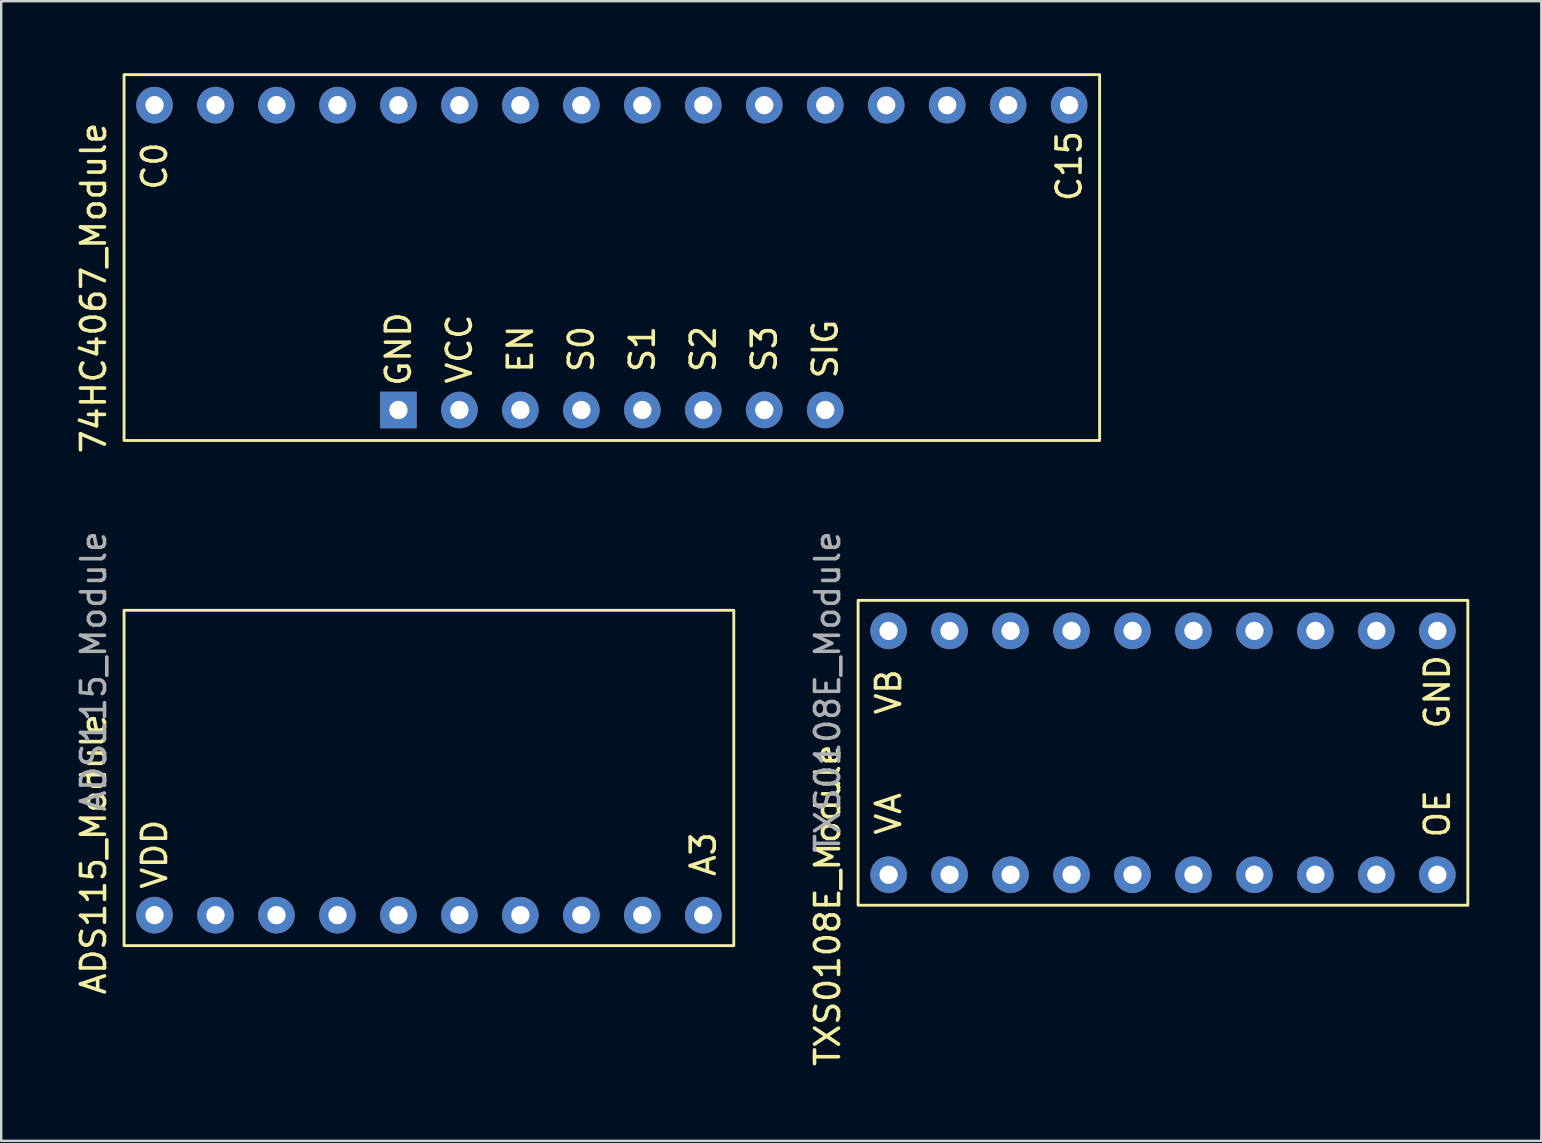
<source format=kicad_pcb>
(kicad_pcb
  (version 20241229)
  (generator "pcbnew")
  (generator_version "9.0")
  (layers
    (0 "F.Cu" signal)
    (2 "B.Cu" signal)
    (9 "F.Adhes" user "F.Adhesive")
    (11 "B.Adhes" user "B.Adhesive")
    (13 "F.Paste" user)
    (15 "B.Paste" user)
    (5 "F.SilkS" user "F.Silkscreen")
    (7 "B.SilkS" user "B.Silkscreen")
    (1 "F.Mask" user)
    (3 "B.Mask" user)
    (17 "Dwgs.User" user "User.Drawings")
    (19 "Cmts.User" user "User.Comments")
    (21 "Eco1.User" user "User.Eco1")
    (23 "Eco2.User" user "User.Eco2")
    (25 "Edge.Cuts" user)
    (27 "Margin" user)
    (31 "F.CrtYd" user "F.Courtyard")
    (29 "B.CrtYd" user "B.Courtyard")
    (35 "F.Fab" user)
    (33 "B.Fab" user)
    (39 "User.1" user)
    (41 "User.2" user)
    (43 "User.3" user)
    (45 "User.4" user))
  (footprint "ADS115_Module"
    (layer "F.Cu")
    (at 16.088 29.994)
    (property "Reference" "ADS115_Module" (at -15.24 2.54 90) (unlocked yes) (layer "F.SilkS") (effects (font (size 1 1) (thickness 0.15))))
    (attr through_hole)
    (fp_rect (start -13.97 6.35) (end 11.43 -7.62) (stroke (width 0.12) (type solid)) (fill no) (layer "F.SilkS"))
    (fp_text user "A3" (at 10.16 2.54 90) (unlocked yes) (layer "F.SilkS") (effects (font (size 1 1) (thickness 0.15))))
    (fp_text user "VDD" (at -12.7 2.54 90) (unlocked yes) (layer "F.SilkS") (effects (font (size 1 1) (thickness 0.15))))
    (fp_text user "${REFERENCE}" (at -15.24 -5.08 90) (unlocked yes) (layer "F.Fab") (effects (font (size 1 1) (thickness 0.15))))
    (pad "1" thru_hole circle (at -12.7 5.08) (size 1.524 1.524) (drill 0.762) (layers "*.Cu" "*.Mask"))
    (pad "2" thru_hole circle (at -10.16 5.08) (size 1.524 1.524) (drill 0.762) (layers "*.Cu" "*.Mask"))
    (pad "3" thru_hole circle (at -7.62 5.08) (size 1.524 1.524) (drill 0.762) (layers "*.Cu" "*.Mask"))
    (pad "4" thru_hole circle (at -5.08 5.08) (size 1.524 1.524) (drill 0.762) (layers "*.Cu" "*.Mask"))
    (pad "5" thru_hole circle (at -2.54 5.08) (size 1.524 1.524) (drill 0.762) (layers "*.Cu" "*.Mask"))
    (pad "6" thru_hole circle (at 0 5.08) (size 1.524 1.524) (drill 0.762) (layers "*.Cu" "*.Mask"))
    (pad "7" thru_hole circle (at 2.54 5.08) (size 1.524 1.524) (drill 0.762) (layers "*.Cu" "*.Mask"))
    (pad "8" thru_hole circle (at 5.08 5.08) (size 1.524 1.524) (drill 0.762) (layers "*.Cu" "*.Mask"))
    (pad "9" thru_hole circle (at 7.62 5.08) (size 1.524 1.524) (drill 0.762) (layers "*.Cu" "*.Mask"))
    (pad "10" thru_hole circle (at 10.16 5.08) (size 1.524 1.524) (drill 0.762) (layers "*.Cu" "*.Mask")))
  (footprint "TXS0108E_Module"
    (layer "F.Cu")
    (at 45.397 28.311)
    (property "Reference" "TXS0108E_Module" (at -13.97 6.35 90) (unlocked yes) (layer "F.SilkS") (effects (font (size 1 1) (thickness 0.15))))
    (attr through_hole)
    (fp_rect (start -12.7 6.35) (end 12.7 -6.35) (stroke (width 0.12) (type solid)) (fill no) (layer "F.SilkS"))
    (fp_text user "GND" (at 11.43 -2.54 90) (unlocked yes) (layer "F.SilkS") (effects (font (size 1 1) (thickness 0.15))))
    (fp_text user "VB" (at -11.43 -2.54 90) (unlocked yes) (layer "F.SilkS") (effects (font (size 1 1) (thickness 0.15))))
    (fp_text user "OE" (at 11.43 2.54 90) (unlocked yes) (layer "F.SilkS") (effects (font (size 1 1) (thickness 0.15))))
    (fp_text user "VA" (at -11.43 2.54 90) (unlocked yes) (layer "F.SilkS") (effects (font (size 1 1) (thickness 0.15))))
    (fp_text user "${REFERENCE}" (at -13.97 -2.54 90) (unlocked yes) (layer "F.Fab") (effects (font (size 1 1) (thickness 0.15))))
    (pad "1" thru_hole circle (at -11.43 5.08) (size 1.524 1.524) (drill 0.762) (layers "*.Cu" "*.Mask"))
    (pad "2" thru_hole circle (at -8.89 5.08) (size 1.524 1.524) (drill 0.762) (layers "*.Cu" "*.Mask"))
    (pad "3" thru_hole circle (at -6.35 5.08) (size 1.524 1.524) (drill 0.762) (layers "*.Cu" "*.Mask"))
    (pad "4" thru_hole circle (at -3.81 5.08) (size 1.524 1.524) (drill 0.762) (layers "*.Cu" "*.Mask"))
    (pad "5" thru_hole circle (at -1.27 5.08) (size 1.524 1.524) (drill 0.762) (layers "*.Cu" "*.Mask"))
    (pad "6" thru_hole circle (at 1.27 5.08) (size 1.524 1.524) (drill 0.762) (layers "*.Cu" "*.Mask"))
    (pad "7" thru_hole circle (at 3.81 5.08) (size 1.524 1.524) (drill 0.762) (layers "*.Cu" "*.Mask"))
    (pad "8" thru_hole circle (at 6.35 5.08) (size 1.524 1.524) (drill 0.762) (layers "*.Cu" "*.Mask"))
    (pad "9" thru_hole circle (at 8.89 5.08) (size 1.524 1.524) (drill 0.762) (layers "*.Cu" "*.Mask"))
    (pad "10" thru_hole circle (at 11.43 5.08) (size 1.524 1.524) (drill 0.762) (layers "*.Cu" "*.Mask"))
    (pad "11" thru_hole circle (at 11.43 -5.08) (size 1.524 1.524) (drill 0.762) (layers "*.Cu" "*.Mask"))
    (pad "12" thru_hole circle (at 8.89 -5.08) (size 1.524 1.524) (drill 0.762) (layers "*.Cu" "*.Mask"))
    (pad "13" thru_hole circle (at 6.35 -5.08) (size 1.524 1.524) (drill 0.762) (layers "*.Cu" "*.Mask"))
    (pad "14" thru_hole circle (at 3.81 -5.08) (size 1.524 1.524) (drill 0.762) (layers "*.Cu" "*.Mask"))
    (pad "15" thru_hole circle (at 1.27 -5.08) (size 1.524 1.524) (drill 0.762) (layers "*.Cu" "*.Mask"))
    (pad "16" thru_hole circle (at -1.27 -5.08) (size 1.524 1.524) (drill 0.762) (layers "*.Cu" "*.Mask"))
    (pad "17" thru_hole circle (at -3.81 -5.08) (size 1.524 1.524) (drill 0.762) (layers "*.Cu" "*.Mask"))
    (pad "18" thru_hole circle (at -6.35 -5.08) (size 1.524 1.524) (drill 0.762) (layers "*.Cu" "*.Mask"))
    (pad "19" thru_hole circle (at -8.89 -5.08) (size 1.524 1.524) (drill 0.762) (layers "*.Cu" "*.Mask"))
    (pad "20" thru_hole circle (at -11.43 -5.08) (size 1.524 1.524) (drill 0.762) (layers "*.Cu" "*.Mask")))
  (footprint "74HC4067_Module"
    (layer "F.Cu")
    (at 23.708 8.95)
    (property "Reference" "74HC4067_Module" (at -22.86 0 90) (unlocked yes) (layer "F.SilkS") (effects (font (size 1 1) (thickness 0.15))))
    (attr through_hole)
    (fp_rect (start -21.59 -8.89) (end 19.05 6.35) (stroke (width 0.12) (type solid)) (fill no) (layer "F.SilkS"))
    (fp_text user "C15" (at 17.78 -5.08 90) (unlocked yes) (layer "F.SilkS") (effects (font (size 1 1) (thickness 0.15))))
    (fp_text user "S0" (at -2.54 2.54 90) (unlocked yes) (layer "F.SilkS") (effects (font (size 1 1) (thickness 0.15))))
    (fp_text user "C0" (at -20.32 -5.08 90) (unlocked yes) (layer "F.SilkS") (effects (font (size 1 1) (thickness 0.15))))
    (fp_text user "VCC" (at -7.62 2.54 90) (unlocked yes) (layer "F.SilkS") (effects (font (size 1 1) (thickness 0.15))))
    (fp_text user "SIG" (at 7.62 2.54 90) (unlocked yes) (layer "F.SilkS") (effects (font (size 1 1) (thickness 0.15))))
    (fp_text user "S3" (at 5.08 2.54 90) (unlocked yes) (layer "F.SilkS") (effects (font (size 1 1) (thickness 0.15))))
    (fp_text user "S2" (at 2.54 2.54 90) (unlocked yes) (layer "F.SilkS") (effects (font (size 1 1) (thickness 0.15))))
    (fp_text user "EN" (at -5.08 2.54 90) (unlocked yes) (layer "F.SilkS") (effects (font (size 1 1) (thickness 0.15))))
    (fp_text user "GND" (at -10.16 2.54 90) (unlocked yes) (layer "F.SilkS") (effects (font (size 1 1) (thickness 0.15))))
    (fp_text user "S1" (at 0 2.54 90) (unlocked yes) (layer "F.SilkS") (effects (font (size 1 1) (thickness 0.15))))
    (pad "1" thru_hole circle (at -20.32 -7.62) (size 1.524 1.524) (drill 0.762) (layers "*.Cu" "*.Mask"))
    (pad "2" thru_hole circle (at -17.78 -7.62) (size 1.524 1.524) (drill 0.762) (layers "*.Cu" "*.Mask"))
    (pad "3" thru_hole circle (at -15.24 -7.62) (size 1.524 1.524) (drill 0.762) (layers "*.Cu" "*.Mask"))
    (pad "4" thru_hole circle (at -12.7 -7.62) (size 1.524 1.524) (drill 0.762) (layers "*.Cu" "*.Mask"))
    (pad "5" thru_hole circle (at -10.16 -7.62) (size 1.524 1.524) (drill 0.762) (layers "*.Cu" "*.Mask"))
    (pad "6" thru_hole circle (at -7.62 -7.62) (size 1.524 1.524) (drill 0.762) (layers "*.Cu" "*.Mask"))
    (pad "7" thru_hole circle (at -5.08 -7.62) (size 1.524 1.524) (drill 0.762) (layers "*.Cu" "*.Mask"))
    (pad "8" thru_hole circle (at -2.54 -7.62) (size 1.524 1.524) (drill 0.762) (layers "*.Cu" "*.Mask"))
    (pad "9" thru_hole circle (at 0 -7.62) (size 1.524 1.524) (drill 0.762) (layers "*.Cu" "*.Mask"))
    (pad "10" thru_hole circle (at 2.54 -7.62) (size 1.524 1.524) (drill 0.762) (layers "*.Cu" "*.Mask"))
    (pad "11" thru_hole circle (at 5.08 -7.62) (size 1.524 1.524) (drill 0.762) (layers "*.Cu" "*.Mask"))
    (pad "12" thru_hole circle (at 7.62 -7.62) (size 1.524 1.524) (drill 0.762) (layers "*.Cu" "*.Mask"))
    (pad "13" thru_hole circle (at 10.16 -7.62) (size 1.524 1.524) (drill 0.762) (layers "*.Cu" "*.Mask"))
    (pad "14" thru_hole circle (at 12.7 -7.62) (size 1.524 1.524) (drill 0.762) (layers "*.Cu" "*.Mask"))
    (pad "15" thru_hole circle (at 15.24 -7.62) (size 1.524 1.524) (drill 0.762) (layers "*.Cu" "*.Mask"))
    (pad "16" thru_hole circle (at 17.78 -7.62) (size 1.524 1.524) (drill 0.762) (layers "*.Cu" "*.Mask"))
    (pad "17" thru_hole circle (at 7.62 5.08) (size 1.524 1.524) (drill 0.762) (layers "*.Cu" "*.Mask"))
    (pad "18" thru_hole circle (at 5.08 5.08) (size 1.524 1.524) (drill 0.762) (layers "*.Cu" "*.Mask"))
    (pad "19" thru_hole circle (at 2.54 5.08) (size 1.524 1.524) (drill 0.762) (layers "*.Cu" "*.Mask"))
    (pad "20" thru_hole circle (at 0 5.08) (size 1.524 1.524) (drill 0.762) (layers "*.Cu" "*.Mask"))
    (pad "21" thru_hole circle (at -2.54 5.08) (size 1.524 1.524) (drill 0.762) (layers "*.Cu" "*.Mask"))
    (pad "22" thru_hole circle (at -5.08 5.08) (size 1.524 1.524) (drill 0.762) (layers "*.Cu" "*.Mask"))
    (pad "23" thru_hole circle (at -7.62 5.08) (size 1.524 1.524) (drill 0.762) (layers "*.Cu" "*.Mask"))
    (pad "24" thru_hole rect (at -10.16 5.08) (size 1.524 1.524) (drill 0.762) (layers "*.Cu" "*.Mask")))
  (gr_rect
    (start -3 -3)
    (end 61.157 44.477)
    (stroke (width 0.1) (type default))
    (fill no)
    (layer "Edge.Cuts")))
</source>
